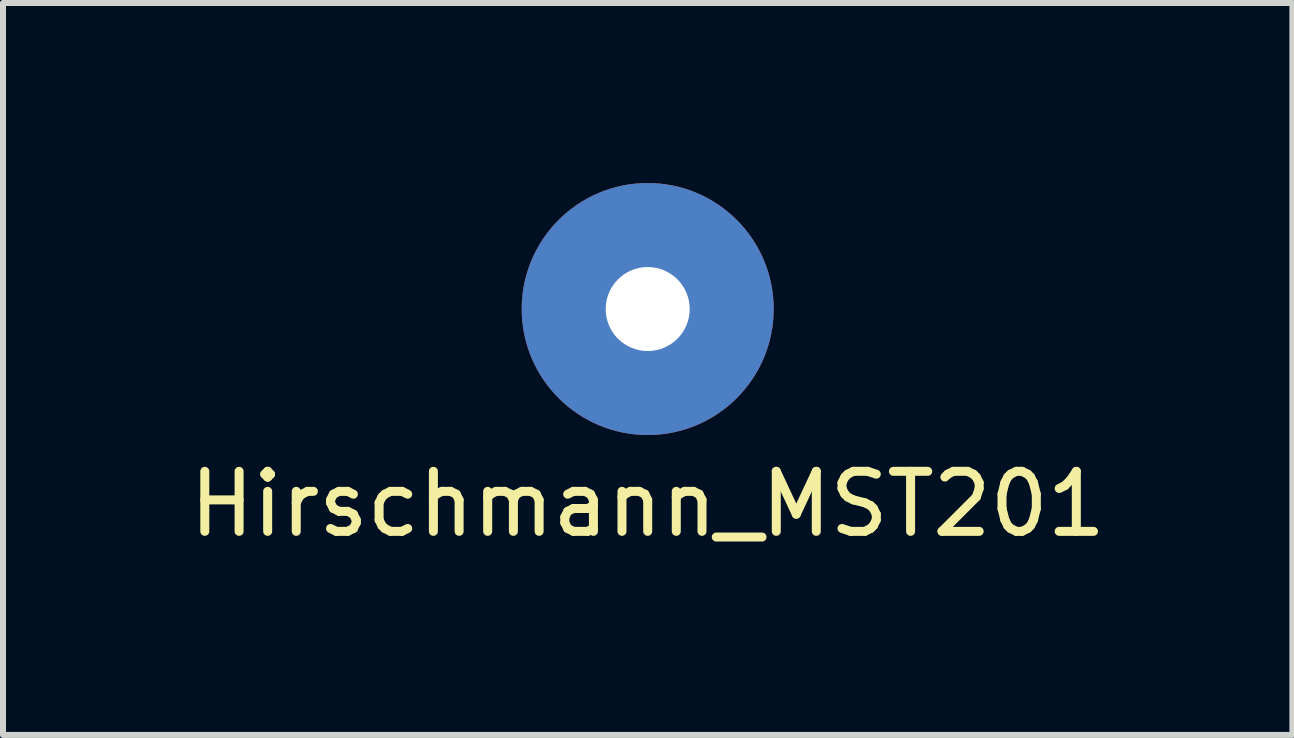
<source format=kicad_pcb>
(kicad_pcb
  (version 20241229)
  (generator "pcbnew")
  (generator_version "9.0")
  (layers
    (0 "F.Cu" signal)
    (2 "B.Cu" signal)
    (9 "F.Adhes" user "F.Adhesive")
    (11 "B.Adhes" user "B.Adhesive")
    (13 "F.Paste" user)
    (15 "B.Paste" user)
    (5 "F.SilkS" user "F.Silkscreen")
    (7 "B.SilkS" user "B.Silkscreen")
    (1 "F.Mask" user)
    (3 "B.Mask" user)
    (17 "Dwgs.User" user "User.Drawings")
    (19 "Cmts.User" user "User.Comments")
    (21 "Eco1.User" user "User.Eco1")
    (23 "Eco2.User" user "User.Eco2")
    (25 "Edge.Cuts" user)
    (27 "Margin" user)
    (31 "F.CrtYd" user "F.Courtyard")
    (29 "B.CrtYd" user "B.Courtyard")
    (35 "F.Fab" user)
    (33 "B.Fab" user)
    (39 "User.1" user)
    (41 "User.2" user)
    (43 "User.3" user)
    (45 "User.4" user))
  (footprint "Hirschmann_MST201"
    (layer "F.Cu")
    (at 7.744 2.1)
    (property "Reference" "Hirschmann_MST201" (at 0 3.25 0) (layer "F.SilkS") (effects (font (size 1 1) (thickness 0.15))))
    (attr through_hole)
    (pad "1" thru_hole circle (at 0 0) (size 4.2 4.2) (drill 1.4) (layers "*.Cu" "*.Mask")))
  (gr_rect
    (start -3 -3)
    (end 18.488 9.198)
    (stroke (width 0.1) (type default))
    (fill no)
    (layer "Edge.Cuts")))
</source>
